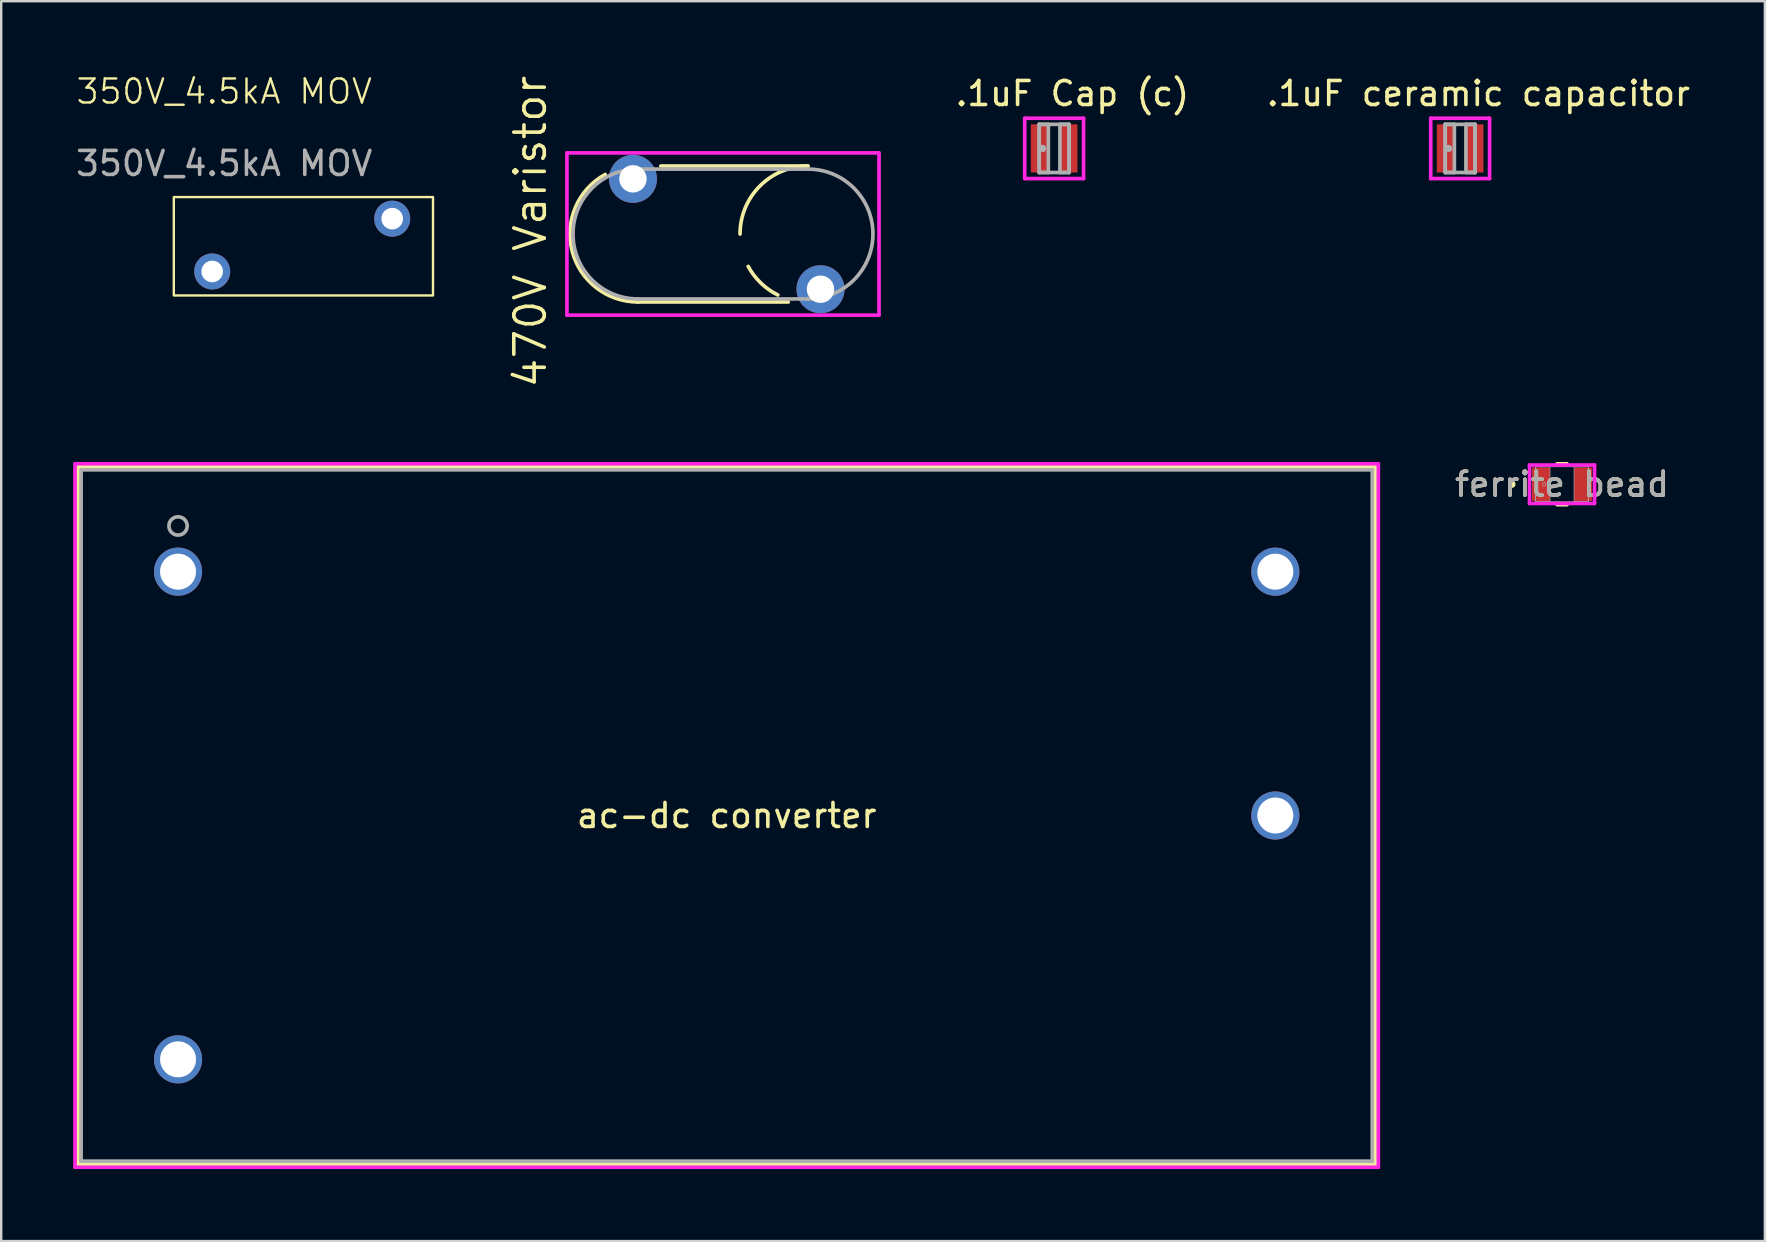
<source format=kicad_pcb>
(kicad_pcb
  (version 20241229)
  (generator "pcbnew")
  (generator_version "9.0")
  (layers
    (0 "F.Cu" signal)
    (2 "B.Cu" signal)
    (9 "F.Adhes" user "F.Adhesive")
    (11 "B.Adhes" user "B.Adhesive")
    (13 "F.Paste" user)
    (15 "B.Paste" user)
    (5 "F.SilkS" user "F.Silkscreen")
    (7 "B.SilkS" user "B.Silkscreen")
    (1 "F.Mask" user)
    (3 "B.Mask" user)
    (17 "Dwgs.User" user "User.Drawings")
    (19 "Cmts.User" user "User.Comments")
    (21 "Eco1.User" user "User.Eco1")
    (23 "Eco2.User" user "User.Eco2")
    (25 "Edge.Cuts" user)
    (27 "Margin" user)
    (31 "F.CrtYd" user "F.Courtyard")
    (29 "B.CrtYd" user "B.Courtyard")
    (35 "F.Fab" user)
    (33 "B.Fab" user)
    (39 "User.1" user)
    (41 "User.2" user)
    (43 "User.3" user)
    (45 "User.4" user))
  (footprint ".1uF ceramic capacitor"
    (layer "F.Cu")
    (at 57.79 3.134)
    (property "Reference" ".1uF ceramic capacitor" (at 0.762 -2.286 0) (layer "F.SilkS") (effects (font (size 1 1) (thickness 0.15))))
    (attr through_hole)
    (fp_line (start -1.226 -1.257) (end 1.226 -1.257) (stroke (width 0.152) (type solid)) (layer "F.CrtYd"))
    (fp_line (start -1.226 1.257) (end -1.226 -1.257) (stroke (width 0.152) (type solid)) (layer "F.CrtYd"))
    (fp_line (start 1.226 -1.257) (end 1.226 1.257) (stroke (width 0.152) (type solid)) (layer "F.CrtYd"))
    (fp_line (start 1.226 1.257) (end -1.226 1.257) (stroke (width 0.152) (type solid)) (layer "F.CrtYd"))
    (fp_line (start -0.622 -1.003) (end -0.622 1.003) (stroke (width 0.152) (type solid)) (layer "F.Fab"))
    (fp_line (start -0.622 -1.003) (end -0.622 1.003) (stroke (width 0.152) (type solid)) (layer "F.Fab"))
    (fp_line (start -0.622 1.003) (end -0.241 1.003) (stroke (width 0.152) (type solid)) (layer "F.Fab"))
    (fp_line (start -0.622 1.003) (end 0.622 1.003) (stroke (width 0.152) (type solid)) (layer "F.Fab"))
    (fp_line (start -0.241 -1.003) (end -0.622 -1.003) (stroke (width 0.152) (type solid)) (layer "F.Fab"))
    (fp_line (start -0.241 1.003) (end -0.241 -1.003) (stroke (width 0.152) (type solid)) (layer "F.Fab"))
    (fp_line (start 0.241 -1.003) (end 0.241 1.003) (stroke (width 0.152) (type solid)) (layer "F.Fab"))
    (fp_line (start 0.241 1.003) (end 0.622 1.003) (stroke (width 0.152) (type solid)) (layer "F.Fab"))
    (fp_line (start 0.622 -1.003) (end -0.622 -1.003) (stroke (width 0.152) (type solid)) (layer "F.Fab"))
    (fp_line (start 0.622 -1.003) (end 0.241 -1.003) (stroke (width 0.152) (type solid)) (layer "F.Fab"))
    (fp_line (start 0.622 1.003) (end 0.622 -1.003) (stroke (width 0.152) (type solid)) (layer "F.Fab"))
    (fp_line (start 0.622 1.003) (end 0.622 -1.003) (stroke (width 0.152) (type solid)) (layer "F.Fab"))
    (fp_circle (center -0.48 0) (end -0.404 0) (stroke (width 0.152) (type solid)) (fill no) (layer "F.Fab"))
    (pad "1" smd rect (at -0.607 0) (size 0.731 2.007) (layers "F.Cu" "F.Mask" "F.Paste"))
    (pad "2" smd rect (at 0.607 0) (size 0.731 2.007) (layers "F.Cu" "F.Mask" "F.Paste")))
  (footprint ".1uF Cap (c)"
    (layer "F.Cu")
    (at 40.873 3.134)
    (property "Reference" ".1uF Cap (c)" (at 0.762 -2.286 0) (layer "F.SilkS") (effects (font (size 1 1) (thickness 0.15))))
    (attr through_hole)
    (fp_line (start -1.226 -1.257) (end 1.226 -1.257) (stroke (width 0.152) (type solid)) (layer "F.CrtYd"))
    (fp_line (start -1.226 1.257) (end -1.226 -1.257) (stroke (width 0.152) (type solid)) (layer "F.CrtYd"))
    (fp_line (start 1.226 -1.257) (end 1.226 1.257) (stroke (width 0.152) (type solid)) (layer "F.CrtYd"))
    (fp_line (start 1.226 1.257) (end -1.226 1.257) (stroke (width 0.152) (type solid)) (layer "F.CrtYd"))
    (fp_line (start -0.622 -1.003) (end -0.622 1.003) (stroke (width 0.152) (type solid)) (layer "F.Fab"))
    (fp_line (start -0.622 -1.003) (end -0.622 1.003) (stroke (width 0.152) (type solid)) (layer "F.Fab"))
    (fp_line (start -0.622 1.003) (end -0.241 1.003) (stroke (width 0.152) (type solid)) (layer "F.Fab"))
    (fp_line (start -0.622 1.003) (end 0.622 1.003) (stroke (width 0.152) (type solid)) (layer "F.Fab"))
    (fp_line (start -0.241 -1.003) (end -0.622 -1.003) (stroke (width 0.152) (type solid)) (layer "F.Fab"))
    (fp_line (start -0.241 1.003) (end -0.241 -1.003) (stroke (width 0.152) (type solid)) (layer "F.Fab"))
    (fp_line (start 0.241 -1.003) (end 0.241 1.003) (stroke (width 0.152) (type solid)) (layer "F.Fab"))
    (fp_line (start 0.241 1.003) (end 0.622 1.003) (stroke (width 0.152) (type solid)) (layer "F.Fab"))
    (fp_line (start 0.622 -1.003) (end -0.622 -1.003) (stroke (width 0.152) (type solid)) (layer "F.Fab"))
    (fp_line (start 0.622 -1.003) (end 0.241 -1.003) (stroke (width 0.152) (type solid)) (layer "F.Fab"))
    (fp_line (start 0.622 1.003) (end 0.622 -1.003) (stroke (width 0.152) (type solid)) (layer "F.Fab"))
    (fp_line (start 0.622 1.003) (end 0.622 -1.003) (stroke (width 0.152) (type solid)) (layer "F.Fab"))
    (fp_circle (center -0.48 0) (end -0.404 0) (stroke (width 0.152) (type solid)) (fill no) (layer "F.Fab"))
    (pad "1" smd rect (at -0.607 0) (size 0.731 2.007) (layers "F.Cu" "F.Mask" "F.Paste"))
    (pad "2" smd rect (at 0.607 0) (size 0.731 2.007) (layers "F.Cu" "F.Mask" "F.Paste")))
  (footprint "350V_4.5kA MOV"
    (layer "F.Cu")
    (at 5.792 8.261)
    (property "Reference" "350V_4.5kA MOV" (at 0.5 -7.5 0) (unlocked yes) (layer "F.SilkS") (effects (font (size 1 1) (thickness 0.1))))
    (attr through_hole)
    (fp_rect (start -1.6 -3.1) (end 9.2 1) (stroke (width 0.1) (type default)) (fill no) (layer "F.SilkS"))
    (fp_text user "${REFERENCE}" (at 0.5 -4.5 0) (unlocked yes) (layer "F.Fab") (effects (font (size 1 1) (thickness 0.15))))
    (pad "1" thru_hole circle (at 0 0) (size 1.5 1.5) (drill 0.9) (layers "*.Cu" "*.Mask"))
    (pad "2" thru_hole circle (at 7.5 -2.2) (size 1.5 1.5) (drill 0.9) (layers "*.Cu" "*.Mask")))
  (footprint "ferrite bead"
    (layer "F.Cu")
    (at 62.035 17.127)
    (property "Reference" "ferrite bead" (at 0 0 0) (unlocked yes) (layer "F.SilkS") (effects (font (size 1 1) (thickness 0.15))))
    (attr smd)
    (fp_line (start -0.204 0.852) (end 0.204 0.852) (stroke (width 0.152) (type solid)) (layer "F.SilkS"))
    (fp_line (start 0.204 -0.852) (end -0.204 -0.852) (stroke (width 0.152) (type solid)) (layer "F.SilkS"))
    (fp_circle (center -2.091 0) (end -2.014 0) (stroke (width 0.152) (type solid)) (fill no) (layer "F.SilkS"))
    (fp_line (start -1.354 -0.801) (end 1.354 -0.801) (stroke (width 0.152) (type solid)) (layer "F.CrtYd"))
    (fp_line (start -1.354 0.801) (end -1.354 -0.801) (stroke (width 0.152) (type solid)) (layer "F.CrtYd"))
    (fp_line (start 1.354 -0.801) (end 1.354 0.801) (stroke (width 0.152) (type solid)) (layer "F.CrtYd"))
    (fp_line (start 1.354 0.801) (end -1.354 0.801) (stroke (width 0.152) (type solid)) (layer "F.CrtYd"))
    (fp_line (start -1.1 -0.725) (end -1.1 0.725) (stroke (width 0.025) (type solid)) (layer "F.Fab"))
    (fp_line (start -1.1 -0.725) (end -1.1 0.725) (stroke (width 0.025) (type solid)) (layer "F.Fab"))
    (fp_line (start -1.1 0.725) (end -0.5 0.725) (stroke (width 0.025) (type solid)) (layer "F.Fab"))
    (fp_line (start -1.1 0.725) (end 1.1 0.725) (stroke (width 0.025) (type solid)) (layer "F.Fab"))
    (fp_line (start -0.5 -0.725) (end -1.1 -0.725) (stroke (width 0.025) (type solid)) (layer "F.Fab"))
    (fp_line (start -0.5 0.725) (end -0.5 -0.725) (stroke (width 0.025) (type solid)) (layer "F.Fab"))
    (fp_line (start 0.5 -0.725) (end 0.5 0.725) (stroke (width 0.025) (type solid)) (layer "F.Fab"))
    (fp_line (start 0.5 0.725) (end 1.1 0.725) (stroke (width 0.025) (type solid)) (layer "F.Fab"))
    (fp_line (start 1.1 -0.725) (end -1.1 -0.725) (stroke (width 0.025) (type solid)) (layer "F.Fab"))
    (fp_line (start 1.1 -0.725) (end 0.5 -0.725) (stroke (width 0.025) (type solid)) (layer "F.Fab"))
    (fp_line (start 1.1 0.725) (end 1.1 -0.725) (stroke (width 0.025) (type solid)) (layer "F.Fab"))
    (fp_line (start 1.1 0.725) (end 1.1 -0.725) (stroke (width 0.025) (type solid)) (layer "F.Fab"))
    (fp_circle (center -0.749 0) (end -0.673 0) (stroke (width 0.025) (type solid)) (fill no) (layer "F.Fab"))
    (fp_text user "${REFERENCE}" (at 0 0 0) (unlocked yes) (layer "F.Fab") (effects (font (size 1 1) (thickness 0.15))))
    (pad "1" smd rect (at -0.876 0) (size 0.752 1.399) (layers "F.Cu" "F.Mask" "F.Paste"))
    (pad "2" smd rect (at 0.876 0) (size 0.752 1.399) (layers "F.Cu" "F.Mask" "F.Paste"))
    (zone (net_name "") (layer "F.Cu") (hatch full 0.508) (connect_pads) (min_thickness 0.254) (filled_areas_thickness no) (keepout (tracks not_allowed) (vias not_allowed) (pads allowed) (copperpour not_allowed) (footprints allowed)) (placement (enabled no)) (fill) (polygon (pts (xy 61.586 16.452) (xy 62.484 16.452) (xy 62.484 17.801) (xy 61.586 17.801)))))
  (footprint "ac-dc converter"
    (layer "F.Cu")
    (at 4.369 20.77)
    (property "Reference" "ac-dc converter" (at 22.86 10.16 0) (layer "F.SilkS") (effects (font (size 1 1) (thickness 0.15))))
    (attr through_hole)
    (fp_line (start -4.166 -4.369) (end -4.166 24.689) (stroke (width 0.152) (type solid)) (layer "F.SilkS"))
    (fp_line (start -4.166 24.689) (end 49.886 24.689) (stroke (width 0.152) (type solid)) (layer "F.SilkS"))
    (fp_line (start 49.886 -4.369) (end -4.166 -4.369) (stroke (width 0.152) (type solid)) (layer "F.SilkS"))
    (fp_line (start 49.886 24.689) (end 49.886 -4.369) (stroke (width 0.152) (type solid)) (layer "F.SilkS"))
    (fp_line (start -4.293 -4.496) (end -4.293 24.816) (stroke (width 0.152) (type solid)) (layer "F.CrtYd"))
    (fp_line (start -4.293 24.816) (end 50.013 24.816) (stroke (width 0.152) (type solid)) (layer "F.CrtYd"))
    (fp_line (start 50.013 -4.496) (end -4.293 -4.496) (stroke (width 0.152) (type solid)) (layer "F.CrtYd"))
    (fp_line (start 50.013 24.816) (end 50.013 -4.496) (stroke (width 0.152) (type solid)) (layer "F.CrtYd"))
    (fp_line (start -4.039 -4.242) (end -4.039 24.562) (stroke (width 0.152) (type solid)) (layer "F.Fab"))
    (fp_line (start -4.039 24.562) (end 49.759 24.562) (stroke (width 0.152) (type solid)) (layer "F.Fab"))
    (fp_line (start 49.759 -4.242) (end -4.039 -4.242) (stroke (width 0.152) (type solid)) (layer "F.Fab"))
    (fp_line (start 49.759 24.562) (end 49.759 -4.242) (stroke (width 0.152) (type solid)) (layer "F.Fab"))
    (fp_circle (center 0 -1.905) (end 0.381 -1.905) (stroke (width 0.152) (type solid)) (fill no) (layer "F.Fab"))
    (pad "1" thru_hole circle (at 0 0) (size 2.007 2.007) (drill 1.499) (layers "*.Cu" "*.Mask"))
    (pad "2" thru_hole circle (at 0 20.32) (size 2.007 2.007) (drill 1.499) (layers "*.Cu" "*.Mask"))
    (pad "3" thru_hole circle (at 45.72 10.16) (size 2.007 2.007) (drill 1.499) (layers "*.Cu" "*.Mask"))
    (pad "4" thru_hole circle (at 45.72 0) (size 2.007 2.007) (drill 1.499) (layers "*.Cu" "*.Mask")))
  (footprint "470V Varistor"
    (layer "F.Cu")
    (at 27.074 6.701)
    (property "Reference" "470V Varistor" (at -8.026 -0.102 270) (layer "F.SilkS") (effects (font (size 1.27 1.27) (thickness 0.15))))
    (attr through_hole)
    (fp_line (start -3.543 2.832) (end 2.721 2.832) (stroke (width 0.152) (type solid)) (layer "F.SilkS"))
    (fp_line (start -2.592 -2.832) (end 3.543 -2.832) (stroke (width 0.152) (type solid)) (layer "F.SilkS"))
    (fp_arc (start -3.5433 2.8321) (mid -6.286344 0.704628) (end -4.908242 -2.481476) (stroke (width 0.1524) (type solid)) (layer "F.SilkS"))
    (fp_arc (start 0.7112 0) (mid 1.540703 -2.002597) (end 3.5433 -2.8321) (stroke (width 0.1524) (type solid)) (layer "F.SilkS"))
    (fp_arc (start 2.286 2.54) (mid 1.576596 2.040706) (end 1.051452 1.350219) (stroke (width 0.1524) (type solid)) (layer "F.SilkS"))
    (fp_line (start -6.502 -3.38) (end 6.502 -3.38) (stroke (width 0.152) (type solid)) (layer "F.CrtYd"))
    (fp_line (start -6.502 3.38) (end -6.502 -3.38) (stroke (width 0.152) (type solid)) (layer "F.CrtYd"))
    (fp_line (start 6.502 -3.38) (end 6.502 3.38) (stroke (width 0.152) (type solid)) (layer "F.CrtYd"))
    (fp_line (start 6.502 3.38) (end -6.502 3.38) (stroke (width 0.152) (type solid)) (layer "F.CrtYd"))
    (fp_line (start -3.543 -2.705) (end 3.543 -2.705) (stroke (width 0.152) (type solid)) (layer "F.Fab"))
    (fp_line (start -3.543 2.705) (end 3.543 2.705) (stroke (width 0.152) (type solid)) (layer "F.Fab"))
    (fp_arc (start -3.5433 2.7051) (mid -6.2484 0) (end -3.5433 -2.7051) (stroke (width 0.1524) (type solid)) (layer "F.Fab"))
    (fp_arc (start 3.5433 -2.7051) (mid 6.2484 0) (end 3.5433 2.7051) (stroke (width 0.1524) (type solid)) (layer "F.Fab"))
    (pad "1" thru_hole circle (at -3.75 -2.3) (size 2 2) (drill 1.143) (layers "*.Cu" "*.Mask"))
    (pad "2" thru_hole circle (at 4.064 2.3) (size 2 2) (drill 1.143) (layers "*.Cu" "*.Mask")))
  (gr_rect
    (start -3 -3)
    (end 70.486 48.662)
    (stroke (width 0.1) (type default))
    (fill no)
    (layer "Edge.Cuts")))
</source>
